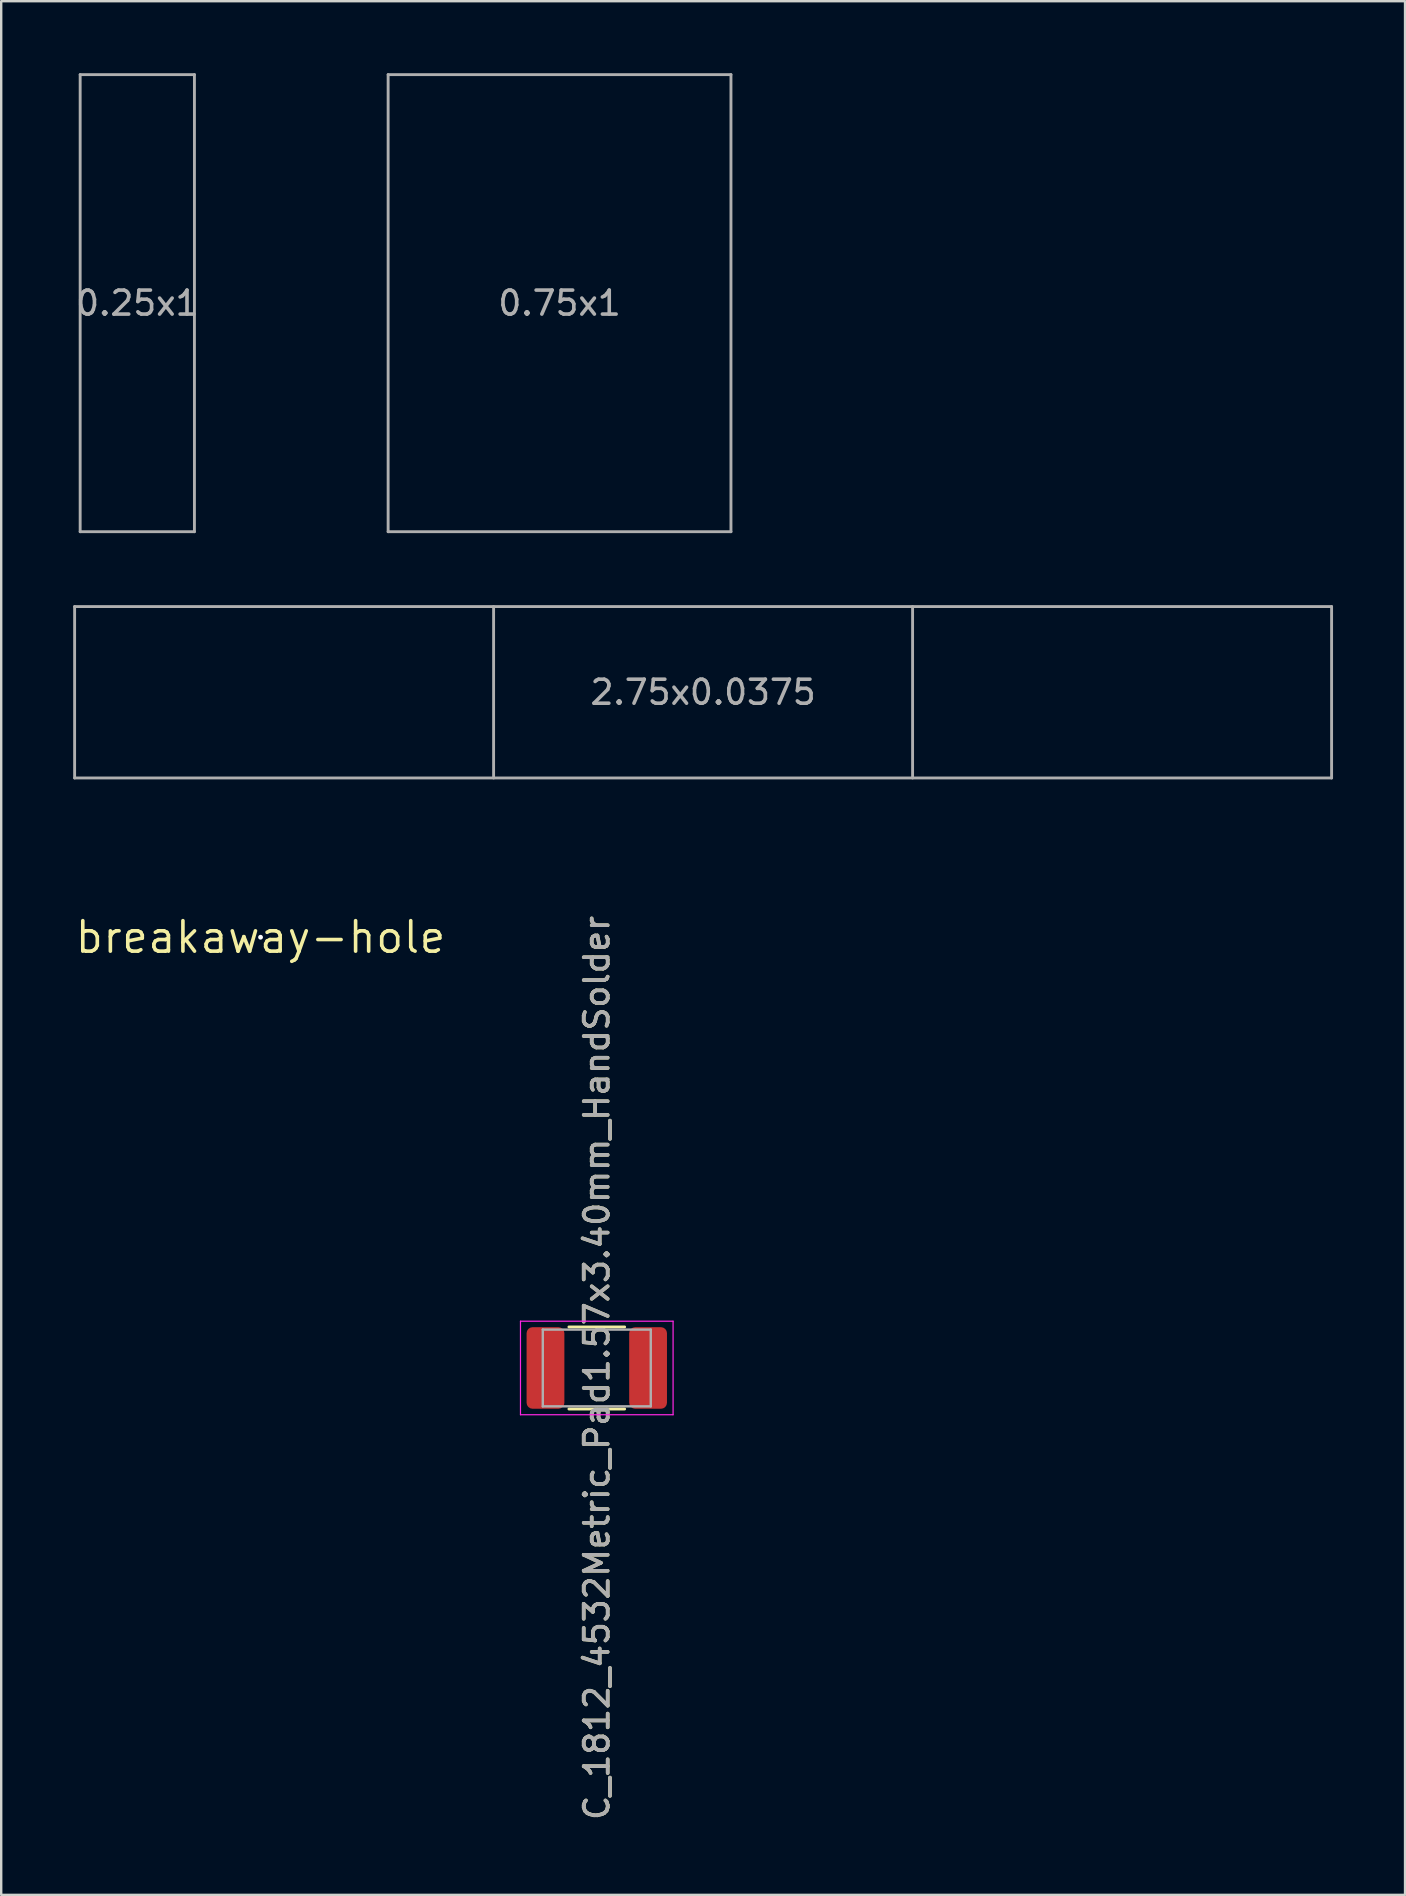
<source format=kicad_pcb>
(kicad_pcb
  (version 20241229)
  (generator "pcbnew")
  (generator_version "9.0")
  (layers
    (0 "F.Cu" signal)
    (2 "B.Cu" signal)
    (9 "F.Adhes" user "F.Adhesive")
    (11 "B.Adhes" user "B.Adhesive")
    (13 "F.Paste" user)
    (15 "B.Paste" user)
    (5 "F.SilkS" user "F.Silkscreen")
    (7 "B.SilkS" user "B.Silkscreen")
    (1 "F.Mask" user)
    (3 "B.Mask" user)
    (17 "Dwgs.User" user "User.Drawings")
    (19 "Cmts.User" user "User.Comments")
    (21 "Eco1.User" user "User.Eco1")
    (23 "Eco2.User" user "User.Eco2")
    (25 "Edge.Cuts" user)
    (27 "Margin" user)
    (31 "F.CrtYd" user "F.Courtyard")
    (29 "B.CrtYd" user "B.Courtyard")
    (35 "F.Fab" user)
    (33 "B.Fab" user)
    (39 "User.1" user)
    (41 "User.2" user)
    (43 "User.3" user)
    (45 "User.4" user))
  (footprint "0.25x1"
    (layer "F.Cu")
    (at 9.816 9.585)
    (property "Reference" "0.25x1" (at -7.144 0 0) (layer "F.Fab") (effects (font (size 1 1) (thickness 0.15))))
    (attr through_hole)
    (fp_line (start -9.525 -9.525) (end -4.763 -9.525) (stroke (width 0.12) (type solid)) (layer "F.Fab"))
    (fp_line (start -9.525 9.525) (end -9.525 -9.525) (stroke (width 0.12) (type solid)) (layer "F.Fab"))
    (fp_line (start -4.763 9.525) (end -9.525 9.525) (stroke (width 0.12) (type solid)) (layer "F.Fab"))
    (fp_line (start -4.763 9.525) (end -4.763 -9.525) (stroke (width 0.12) (type solid)) (layer "F.Fab")))
  (footprint "breakaway-hole"
    (layer "F.Cu")
    (at 7.809 36.011)
    (property "Reference" "breakaway-hole" (at 0 0 0) (layer "F.SilkS") (effects (font (size 1.27 1.27) (thickness 0.15))))
    (attr through_hole)
    (pad "" np_thru_hole circle (at 0 0) (size 0.2 0.2) (drill 0.2) (layers "*.Cu" "*.Mask")))
  (footprint "0.75x1"
    (layer "F.Cu")
    (at 17.889 9.585)
    (property "Reference" "0.75x1" (at 2.381 0 0) (layer "F.Fab") (effects (font (size 1 1) (thickness 0.15))))
    (attr through_hole)
    (fp_line (start -4.763 -9.525) (end 9.525 -9.525) (stroke (width 0.12) (type solid)) (layer "F.Fab"))
    (fp_line (start -4.763 9.525) (end -4.763 -9.525) (stroke (width 0.12) (type solid)) (layer "F.Fab"))
    (fp_line (start 9.525 -9.525) (end 9.525 9.525) (stroke (width 0.12) (type solid)) (layer "F.Fab"))
    (fp_line (start 9.525 9.525) (end -4.763 9.525) (stroke (width 0.12) (type solid)) (layer "F.Fab")))
  (footprint "C_1812_4532Metric_Pad1.57x3.40mm_HandSolder"
    (layer "F.Cu")
    (at 21.822 53.963)
    (property "Reference" "C_1812_4532Metric_Pad1.57x3.40mm_HandSolder" (at 0 0 90) (layer "F.SilkS") (effects (font (size 1 1) (thickness 0.15))))
    (attr smd)
    (fp_line (start -1.161 -1.71) (end 1.161 -1.71) (stroke (width 0.12) (type solid)) (layer "F.SilkS"))
    (fp_line (start -1.161 1.71) (end 1.161 1.71) (stroke (width 0.12) (type solid)) (layer "F.SilkS"))
    (fp_line (start -3.18 -1.95) (end 3.18 -1.95) (stroke (width 0.05) (type solid)) (layer "F.CrtYd"))
    (fp_line (start -3.18 1.95) (end -3.18 -1.95) (stroke (width 0.05) (type solid)) (layer "F.CrtYd"))
    (fp_line (start 3.18 -1.95) (end 3.18 1.95) (stroke (width 0.05) (type solid)) (layer "F.CrtYd"))
    (fp_line (start 3.18 1.95) (end -3.18 1.95) (stroke (width 0.05) (type solid)) (layer "F.CrtYd"))
    (fp_line (start -2.25 -1.6) (end 2.25 -1.6) (stroke (width 0.1) (type solid)) (layer "F.Fab"))
    (fp_line (start -2.25 1.6) (end -2.25 -1.6) (stroke (width 0.1) (type solid)) (layer "F.Fab"))
    (fp_line (start 2.25 -1.6) (end 2.25 1.6) (stroke (width 0.1) (type solid)) (layer "F.Fab"))
    (fp_line (start 2.25 1.6) (end -2.25 1.6) (stroke (width 0.1) (type solid)) (layer "F.Fab"))
    (fp_text user "${REFERENCE}" (at 0 0 90) (layer "F.Fab") (effects (font (size 1 1) (thickness 0.15))))
    (pad "1" smd roundrect (at -2.138 0) (size 1.575 3.4) (layers "F.Cu" "F.Mask" "F.Paste") (roundrect_rratio 0.159))
    (pad "2" smd roundrect (at 2.138 0) (size 1.575 3.4) (layers "F.Cu" "F.Mask" "F.Paste") (roundrect_rratio 0.159)))
  (footprint "2.75x0.0375"
    (layer "F.Cu")
    (at 42.922 31.755)
    (property "Reference" "2.75x0.0375" (at -16.669 -5.953 0) (layer "F.Fab") (effects (font (size 1 1) (thickness 0.15))))
    (attr through_hole)
    (fp_line (start -42.862 -9.525) (end -42.862 -2.381) (stroke (width 0.12) (type solid)) (layer "F.Fab"))
    (fp_line (start -42.862 -9.525) (end 9.525 -9.525) (stroke (width 0.12) (type solid)) (layer "F.Fab"))
    (fp_line (start -42.862 -2.381) (end 9.525 -2.381) (stroke (width 0.12) (type solid)) (layer "F.Fab"))
    (fp_line (start -25.4 -9.525) (end -25.4 -2.381) (stroke (width 0.12) (type solid)) (layer "F.Fab"))
    (fp_line (start -7.938 -9.525) (end -7.938 -2.381) (stroke (width 0.12) (type solid)) (layer "F.Fab"))
    (fp_line (start 9.525 -9.525) (end 9.525 -2.381) (stroke (width 0.12) (type solid)) (layer "F.Fab")))
  (gr_rect
    (start -3 -3)
    (end 55.508 75.922)
    (stroke (width 0.1) (type default))
    (fill no)
    (layer "Edge.Cuts")))
</source>
